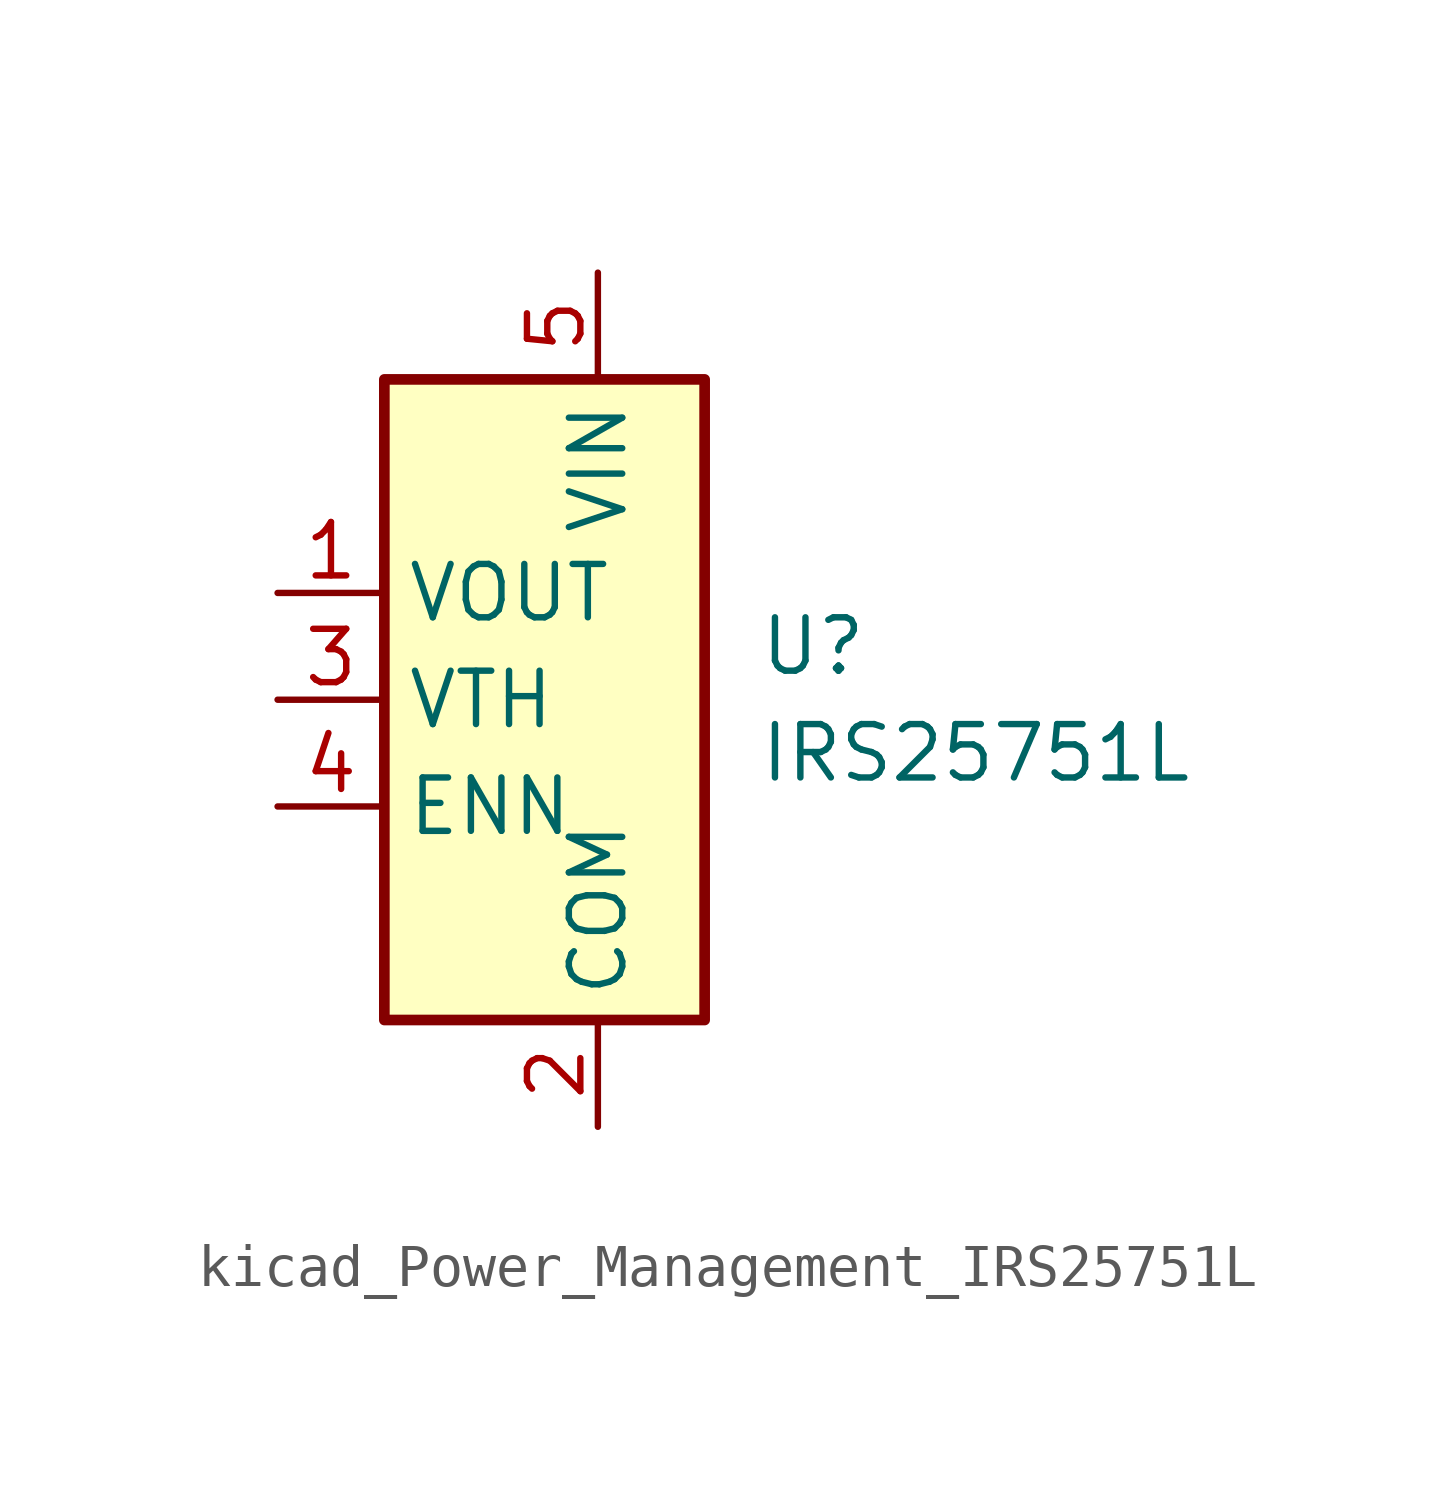
<source format=kicad_sym>
(kicad_symbol_lib
  (version 20220914)
  (generator kicad_symbol_editor)
  (symbol "kicad_Power_Management_IRS25751L"
    (property "Reference" "U"
      (at 3.81 1.27 0)
      (effects (font (size 1.27 1.27)) (justify left)))
    (property "Value" "IRS25751L"
      (at 3.81 -1.27 0)
      (effects (font (size 1.27 1.27)) (justify left)))
    (symbol "kicad_Power_Management_IRS25751L_0_1"
      (rectangle (start -5.08 -7.62) (end 2.54 7.62) (stroke (width 0.254) (type default)) (fill (type background))))
    (symbol "kicad_Power_Management_IRS25751L_1_1"
      (pin power_out line (at -7.62 2.54 0) (length 2.54) (name "VOUT" (effects (font (size 1.27 1.27)))) (number "1" (effects (font (size 1.27 1.27)))))
      (pin power_in line (at 0 -10.16 90) (length 2.54) (name "COM" (effects (font (size 1.27 1.27)))) (number "2" (effects (font (size 1.27 1.27)))))
      (pin input line (at -7.62 0 0) (length 2.54) (name "VTH" (effects (font (size 1.27 1.27)))) (number "3" (effects (font (size 1.27 1.27)))))
      (pin input line (at -7.62 -2.54 0) (length 2.54) (name "ENN" (effects (font (size 1.27 1.27)))) (number "4" (effects (font (size 1.27 1.27)))))
      (pin power_in line (at 0 10.16 270) (length 2.54) (name "VIN" (effects (font (size 1.27 1.27)))) (number "5" (effects (font (size 1.27 1.27))))))))
</source>
